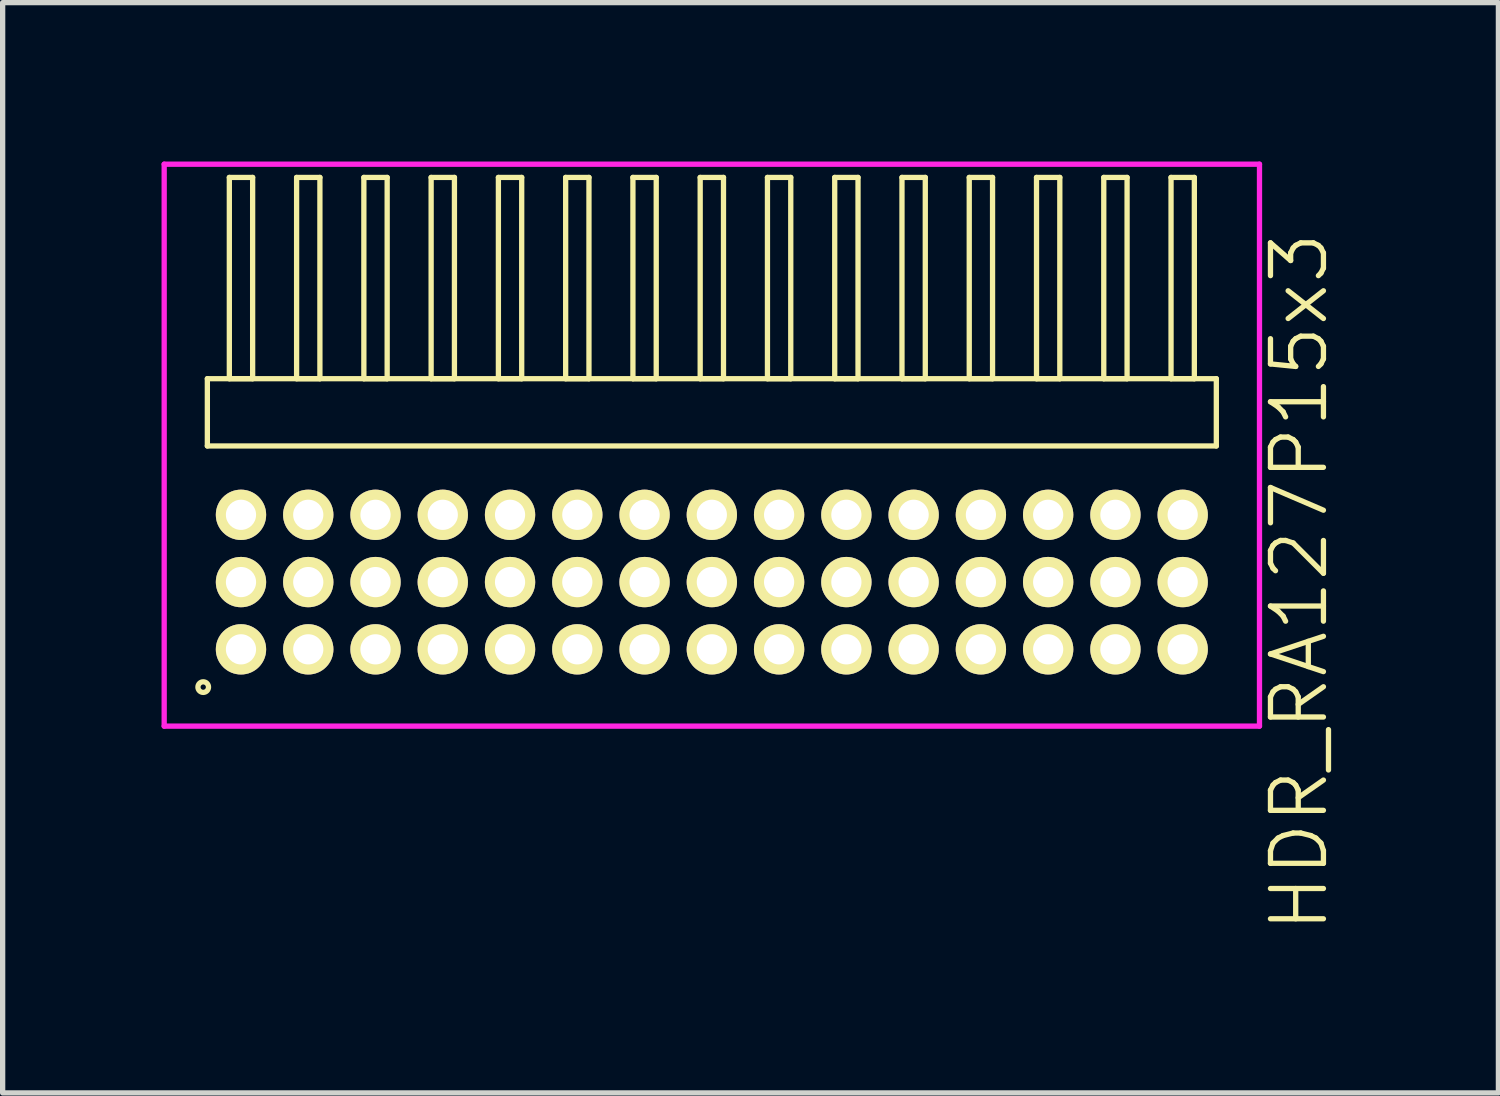
<source format=kicad_pcb>
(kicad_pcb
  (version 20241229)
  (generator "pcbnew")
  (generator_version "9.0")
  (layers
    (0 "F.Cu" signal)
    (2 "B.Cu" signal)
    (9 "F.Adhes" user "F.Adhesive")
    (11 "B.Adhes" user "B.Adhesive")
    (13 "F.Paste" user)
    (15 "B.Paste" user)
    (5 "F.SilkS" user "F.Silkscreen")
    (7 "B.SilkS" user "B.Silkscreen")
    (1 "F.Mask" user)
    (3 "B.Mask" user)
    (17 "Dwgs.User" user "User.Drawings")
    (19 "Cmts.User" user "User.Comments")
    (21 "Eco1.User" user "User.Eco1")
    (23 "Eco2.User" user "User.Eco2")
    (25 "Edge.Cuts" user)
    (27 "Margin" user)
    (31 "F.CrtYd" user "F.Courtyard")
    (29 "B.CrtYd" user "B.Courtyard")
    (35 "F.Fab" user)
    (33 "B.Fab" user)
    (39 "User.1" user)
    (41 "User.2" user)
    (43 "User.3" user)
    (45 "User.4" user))
  (footprint "HDR_RA127P15x3"
    (layer "F.Cu")
    (at 10.39 7.94)
    (property "Reference" "HDR_RA127P15x3" (at 11.09 0 90) (layer "F.SilkS") (effects (font (size 1 1) (thickness 0.1))))
    (attr through_hole)
    (fp_line (start -9.525 -3.84) (end -9.525 -2.57) (stroke (width 0.1) (type solid)) (layer "F.SilkS"))
    (fp_line (start -9.525 -2.57) (end 9.525 -2.57) (stroke (width 0.1) (type solid)) (layer "F.SilkS"))
    (fp_line (start -9.11 -7.64) (end -9.11 -3.84) (stroke (width 0.1) (type solid)) (layer "F.SilkS"))
    (fp_line (start -9.11 -3.84) (end -8.67 -3.84) (stroke (width 0.1) (type solid)) (layer "F.SilkS"))
    (fp_line (start -8.67 -7.64) (end -9.11 -7.64) (stroke (width 0.1) (type solid)) (layer "F.SilkS"))
    (fp_line (start -8.67 -3.84) (end -8.67 -7.64) (stroke (width 0.1) (type solid)) (layer "F.SilkS"))
    (fp_line (start -7.84 -7.64) (end -7.84 -3.84) (stroke (width 0.1) (type solid)) (layer "F.SilkS"))
    (fp_line (start -7.84 -3.84) (end -7.4 -3.84) (stroke (width 0.1) (type solid)) (layer "F.SilkS"))
    (fp_line (start -7.4 -7.64) (end -7.84 -7.64) (stroke (width 0.1) (type solid)) (layer "F.SilkS"))
    (fp_line (start -7.4 -3.84) (end -7.4 -7.64) (stroke (width 0.1) (type solid)) (layer "F.SilkS"))
    (fp_line (start -6.57 -7.64) (end -6.57 -3.84) (stroke (width 0.1) (type solid)) (layer "F.SilkS"))
    (fp_line (start -6.57 -3.84) (end -6.13 -3.84) (stroke (width 0.1) (type solid)) (layer "F.SilkS"))
    (fp_line (start -6.13 -7.64) (end -6.57 -7.64) (stroke (width 0.1) (type solid)) (layer "F.SilkS"))
    (fp_line (start -6.13 -3.84) (end -6.13 -7.64) (stroke (width 0.1) (type solid)) (layer "F.SilkS"))
    (fp_line (start -5.3 -7.64) (end -5.3 -3.84) (stroke (width 0.1) (type solid)) (layer "F.SilkS"))
    (fp_line (start -5.3 -3.84) (end -4.86 -3.84) (stroke (width 0.1) (type solid)) (layer "F.SilkS"))
    (fp_line (start -4.86 -7.64) (end -5.3 -7.64) (stroke (width 0.1) (type solid)) (layer "F.SilkS"))
    (fp_line (start -4.86 -3.84) (end -4.86 -7.64) (stroke (width 0.1) (type solid)) (layer "F.SilkS"))
    (fp_line (start -4.03 -7.64) (end -4.03 -3.84) (stroke (width 0.1) (type solid)) (layer "F.SilkS"))
    (fp_line (start -4.03 -3.84) (end -3.59 -3.84) (stroke (width 0.1) (type solid)) (layer "F.SilkS"))
    (fp_line (start -3.59 -7.64) (end -4.03 -7.64) (stroke (width 0.1) (type solid)) (layer "F.SilkS"))
    (fp_line (start -3.59 -3.84) (end -3.59 -7.64) (stroke (width 0.1) (type solid)) (layer "F.SilkS"))
    (fp_line (start -2.76 -7.64) (end -2.76 -3.84) (stroke (width 0.1) (type solid)) (layer "F.SilkS"))
    (fp_line (start -2.76 -3.84) (end -2.32 -3.84) (stroke (width 0.1) (type solid)) (layer "F.SilkS"))
    (fp_line (start -2.32 -7.64) (end -2.76 -7.64) (stroke (width 0.1) (type solid)) (layer "F.SilkS"))
    (fp_line (start -2.32 -3.84) (end -2.32 -7.64) (stroke (width 0.1) (type solid)) (layer "F.SilkS"))
    (fp_line (start -1.49 -7.64) (end -1.49 -3.84) (stroke (width 0.1) (type solid)) (layer "F.SilkS"))
    (fp_line (start -1.49 -3.84) (end -1.05 -3.84) (stroke (width 0.1) (type solid)) (layer "F.SilkS"))
    (fp_line (start -1.05 -7.64) (end -1.49 -7.64) (stroke (width 0.1) (type solid)) (layer "F.SilkS"))
    (fp_line (start -1.05 -3.84) (end -1.05 -7.64) (stroke (width 0.1) (type solid)) (layer "F.SilkS"))
    (fp_line (start -0.22 -7.64) (end -0.22 -3.84) (stroke (width 0.1) (type solid)) (layer "F.SilkS"))
    (fp_line (start -0.22 -3.84) (end 0.22 -3.84) (stroke (width 0.1) (type solid)) (layer "F.SilkS"))
    (fp_line (start 0.22 -7.64) (end -0.22 -7.64) (stroke (width 0.1) (type solid)) (layer "F.SilkS"))
    (fp_line (start 0.22 -3.84) (end 0.22 -7.64) (stroke (width 0.1) (type solid)) (layer "F.SilkS"))
    (fp_line (start 1.05 -7.64) (end 1.05 -3.84) (stroke (width 0.1) (type solid)) (layer "F.SilkS"))
    (fp_line (start 1.05 -3.84) (end 1.49 -3.84) (stroke (width 0.1) (type solid)) (layer "F.SilkS"))
    (fp_line (start 1.49 -7.64) (end 1.05 -7.64) (stroke (width 0.1) (type solid)) (layer "F.SilkS"))
    (fp_line (start 1.49 -3.84) (end 1.49 -7.64) (stroke (width 0.1) (type solid)) (layer "F.SilkS"))
    (fp_line (start 2.32 -7.64) (end 2.32 -3.84) (stroke (width 0.1) (type solid)) (layer "F.SilkS"))
    (fp_line (start 2.32 -3.84) (end 2.76 -3.84) (stroke (width 0.1) (type solid)) (layer "F.SilkS"))
    (fp_line (start 2.76 -7.64) (end 2.32 -7.64) (stroke (width 0.1) (type solid)) (layer "F.SilkS"))
    (fp_line (start 2.76 -3.84) (end 2.76 -7.64) (stroke (width 0.1) (type solid)) (layer "F.SilkS"))
    (fp_line (start 3.59 -7.64) (end 3.59 -3.84) (stroke (width 0.1) (type solid)) (layer "F.SilkS"))
    (fp_line (start 3.59 -3.84) (end 4.03 -3.84) (stroke (width 0.1) (type solid)) (layer "F.SilkS"))
    (fp_line (start 4.03 -7.64) (end 3.59 -7.64) (stroke (width 0.1) (type solid)) (layer "F.SilkS"))
    (fp_line (start 4.03 -3.84) (end 4.03 -7.64) (stroke (width 0.1) (type solid)) (layer "F.SilkS"))
    (fp_line (start 4.86 -7.64) (end 4.86 -3.84) (stroke (width 0.1) (type solid)) (layer "F.SilkS"))
    (fp_line (start 4.86 -3.84) (end 5.3 -3.84) (stroke (width 0.1) (type solid)) (layer "F.SilkS"))
    (fp_line (start 5.3 -7.64) (end 4.86 -7.64) (stroke (width 0.1) (type solid)) (layer "F.SilkS"))
    (fp_line (start 5.3 -3.84) (end 5.3 -7.64) (stroke (width 0.1) (type solid)) (layer "F.SilkS"))
    (fp_line (start 6.13 -7.64) (end 6.13 -3.84) (stroke (width 0.1) (type solid)) (layer "F.SilkS"))
    (fp_line (start 6.13 -3.84) (end 6.57 -3.84) (stroke (width 0.1) (type solid)) (layer "F.SilkS"))
    (fp_line (start 6.57 -7.64) (end 6.13 -7.64) (stroke (width 0.1) (type solid)) (layer "F.SilkS"))
    (fp_line (start 6.57 -3.84) (end 6.57 -7.64) (stroke (width 0.1) (type solid)) (layer "F.SilkS"))
    (fp_line (start 7.4 -7.64) (end 7.4 -3.84) (stroke (width 0.1) (type solid)) (layer "F.SilkS"))
    (fp_line (start 7.4 -3.84) (end 7.84 -3.84) (stroke (width 0.1) (type solid)) (layer "F.SilkS"))
    (fp_line (start 7.84 -7.64) (end 7.4 -7.64) (stroke (width 0.1) (type solid)) (layer "F.SilkS"))
    (fp_line (start 7.84 -3.84) (end 7.84 -7.64) (stroke (width 0.1) (type solid)) (layer "F.SilkS"))
    (fp_line (start 8.67 -7.64) (end 8.67 -3.84) (stroke (width 0.1) (type solid)) (layer "F.SilkS"))
    (fp_line (start 8.67 -3.84) (end 9.11 -3.84) (stroke (width 0.1) (type solid)) (layer "F.SilkS"))
    (fp_line (start 9.11 -7.64) (end 8.67 -7.64) (stroke (width 0.1) (type solid)) (layer "F.SilkS"))
    (fp_line (start 9.11 -3.84) (end 9.11 -7.64) (stroke (width 0.1) (type solid)) (layer "F.SilkS"))
    (fp_line (start 9.525 -3.84) (end -9.525 -3.84) (stroke (width 0.1) (type solid)) (layer "F.SilkS"))
    (fp_line (start 9.525 -2.57) (end 9.525 -3.84) (stroke (width 0.1) (type solid)) (layer "F.SilkS"))
    (fp_circle (center -9.603 1.983) (end -9.503 1.983) (stroke (width 0.1) (type solid)) (fill no) (layer "F.SilkS"))
    (fp_line (start -10.34 -7.89) (end -10.34 2.72) (stroke (width 0.1) (type solid)) (layer "F.CrtYd"))
    (fp_line (start -10.34 2.72) (end 10.34 2.72) (stroke (width 0.1) (type solid)) (layer "F.CrtYd"))
    (fp_line (start 10.34 -7.89) (end -10.34 -7.89) (stroke (width 0.1) (type solid)) (layer "F.CrtYd"))
    (fp_line (start 10.34 2.72) (end 10.34 -7.89) (stroke (width 0.1) (type solid)) (layer "F.CrtYd"))
    (pad "1" thru_hole oval (at -8.89 1.27) (size 0.95 0.95) (drill 0.57) (layers "*.Cu" "*.Mask" "F.SilkS"))
    (pad "2" thru_hole oval (at -8.89 0) (size 0.95 0.95) (drill 0.57) (layers "*.Cu" "*.Mask" "F.SilkS"))
    (pad "3" thru_hole oval (at -8.89 -1.27) (size 0.95 0.95) (drill 0.57) (layers "*.Cu" "*.Mask" "F.SilkS"))
    (pad "4" thru_hole oval (at -7.62 1.27) (size 0.95 0.95) (drill 0.57) (layers "*.Cu" "*.Mask" "F.SilkS"))
    (pad "5" thru_hole oval (at -7.62 0) (size 0.95 0.95) (drill 0.57) (layers "*.Cu" "*.Mask" "F.SilkS"))
    (pad "6" thru_hole oval (at -7.62 -1.27) (size 0.95 0.95) (drill 0.57) (layers "*.Cu" "*.Mask" "F.SilkS"))
    (pad "7" thru_hole oval (at -6.35 1.27) (size 0.95 0.95) (drill 0.57) (layers "*.Cu" "*.Mask" "F.SilkS"))
    (pad "8" thru_hole oval (at -6.35 0) (size 0.95 0.95) (drill 0.57) (layers "*.Cu" "*.Mask" "F.SilkS"))
    (pad "9" thru_hole oval (at -6.35 -1.27) (size 0.95 0.95) (drill 0.57) (layers "*.Cu" "*.Mask" "F.SilkS"))
    (pad "10" thru_hole oval (at -5.08 1.27) (size 0.95 0.95) (drill 0.57) (layers "*.Cu" "*.Mask" "F.SilkS"))
    (pad "11" thru_hole oval (at -5.08 0) (size 0.95 0.95) (drill 0.57) (layers "*.Cu" "*.Mask" "F.SilkS"))
    (pad "12" thru_hole oval (at -5.08 -1.27) (size 0.95 0.95) (drill 0.57) (layers "*.Cu" "*.Mask" "F.SilkS"))
    (pad "13" thru_hole oval (at -3.81 1.27) (size 0.95 0.95) (drill 0.57) (layers "*.Cu" "*.Mask" "F.SilkS"))
    (pad "14" thru_hole oval (at -3.81 0) (size 0.95 0.95) (drill 0.57) (layers "*.Cu" "*.Mask" "F.SilkS"))
    (pad "15" thru_hole oval (at -3.81 -1.27) (size 0.95 0.95) (drill 0.57) (layers "*.Cu" "*.Mask" "F.SilkS"))
    (pad "16" thru_hole oval (at -2.54 1.27) (size 0.95 0.95) (drill 0.57) (layers "*.Cu" "*.Mask" "F.SilkS"))
    (pad "17" thru_hole oval (at -2.54 0) (size 0.95 0.95) (drill 0.57) (layers "*.Cu" "*.Mask" "F.SilkS"))
    (pad "18" thru_hole oval (at -2.54 -1.27) (size 0.95 0.95) (drill 0.57) (layers "*.Cu" "*.Mask" "F.SilkS"))
    (pad "19" thru_hole oval (at -1.27 1.27) (size 0.95 0.95) (drill 0.57) (layers "*.Cu" "*.Mask" "F.SilkS"))
    (pad "20" thru_hole oval (at -1.27 0) (size 0.95 0.95) (drill 0.57) (layers "*.Cu" "*.Mask" "F.SilkS"))
    (pad "21" thru_hole oval (at -1.27 -1.27) (size 0.95 0.95) (drill 0.57) (layers "*.Cu" "*.Mask" "F.SilkS"))
    (pad "22" thru_hole oval (at 0 1.27) (size 0.95 0.95) (drill 0.57) (layers "*.Cu" "*.Mask" "F.SilkS"))
    (pad "23" thru_hole oval (at 0 0) (size 0.95 0.95) (drill 0.57) (layers "*.Cu" "*.Mask" "F.SilkS"))
    (pad "24" thru_hole oval (at 0 -1.27) (size 0.95 0.95) (drill 0.57) (layers "*.Cu" "*.Mask" "F.SilkS"))
    (pad "25" thru_hole oval (at 1.27 1.27) (size 0.95 0.95) (drill 0.57) (layers "*.Cu" "*.Mask" "F.SilkS"))
    (pad "26" thru_hole oval (at 1.27 0) (size 0.95 0.95) (drill 0.57) (layers "*.Cu" "*.Mask" "F.SilkS"))
    (pad "27" thru_hole oval (at 1.27 -1.27) (size 0.95 0.95) (drill 0.57) (layers "*.Cu" "*.Mask" "F.SilkS"))
    (pad "28" thru_hole oval (at 2.54 1.27) (size 0.95 0.95) (drill 0.57) (layers "*.Cu" "*.Mask" "F.SilkS"))
    (pad "29" thru_hole oval (at 2.54 0) (size 0.95 0.95) (drill 0.57) (layers "*.Cu" "*.Mask" "F.SilkS"))
    (pad "30" thru_hole oval (at 2.54 -1.27) (size 0.95 0.95) (drill 0.57) (layers "*.Cu" "*.Mask" "F.SilkS"))
    (pad "31" thru_hole oval (at 3.81 1.27) (size 0.95 0.95) (drill 0.57) (layers "*.Cu" "*.Mask" "F.SilkS"))
    (pad "32" thru_hole oval (at 3.81 0) (size 0.95 0.95) (drill 0.57) (layers "*.Cu" "*.Mask" "F.SilkS"))
    (pad "33" thru_hole oval (at 3.81 -1.27) (size 0.95 0.95) (drill 0.57) (layers "*.Cu" "*.Mask" "F.SilkS"))
    (pad "34" thru_hole oval (at 5.08 1.27) (size 0.95 0.95) (drill 0.57) (layers "*.Cu" "*.Mask" "F.SilkS"))
    (pad "35" thru_hole oval (at 5.08 0) (size 0.95 0.95) (drill 0.57) (layers "*.Cu" "*.Mask" "F.SilkS"))
    (pad "36" thru_hole oval (at 5.08 -1.27) (size 0.95 0.95) (drill 0.57) (layers "*.Cu" "*.Mask" "F.SilkS"))
    (pad "37" thru_hole oval (at 6.35 1.27) (size 0.95 0.95) (drill 0.57) (layers "*.Cu" "*.Mask" "F.SilkS"))
    (pad "38" thru_hole oval (at 6.35 0) (size 0.95 0.95) (drill 0.57) (layers "*.Cu" "*.Mask" "F.SilkS"))
    (pad "39" thru_hole oval (at 6.35 -1.27) (size 0.95 0.95) (drill 0.57) (layers "*.Cu" "*.Mask" "F.SilkS"))
    (pad "40" thru_hole oval (at 7.62 1.27) (size 0.95 0.95) (drill 0.57) (layers "*.Cu" "*.Mask" "F.SilkS"))
    (pad "41" thru_hole oval (at 7.62 0) (size 0.95 0.95) (drill 0.57) (layers "*.Cu" "*.Mask" "F.SilkS"))
    (pad "42" thru_hole oval (at 7.62 -1.27) (size 0.95 0.95) (drill 0.57) (layers "*.Cu" "*.Mask" "F.SilkS"))
    (pad "43" thru_hole oval (at 8.89 1.27) (size 0.95 0.95) (drill 0.57) (layers "*.Cu" "*.Mask" "F.SilkS"))
    (pad "44" thru_hole oval (at 8.89 0) (size 0.95 0.95) (drill 0.57) (layers "*.Cu" "*.Mask" "F.SilkS"))
    (pad "45" thru_hole oval (at 8.89 -1.27) (size 0.95 0.95) (drill 0.57) (layers "*.Cu" "*.Mask" "F.SilkS")))
  (gr_rect
    (start -3 -3)
    (end 25.241 17.585)
    (stroke (width 0.1) (type default))
    (fill no)
    (layer "Edge.Cuts")))
</source>
